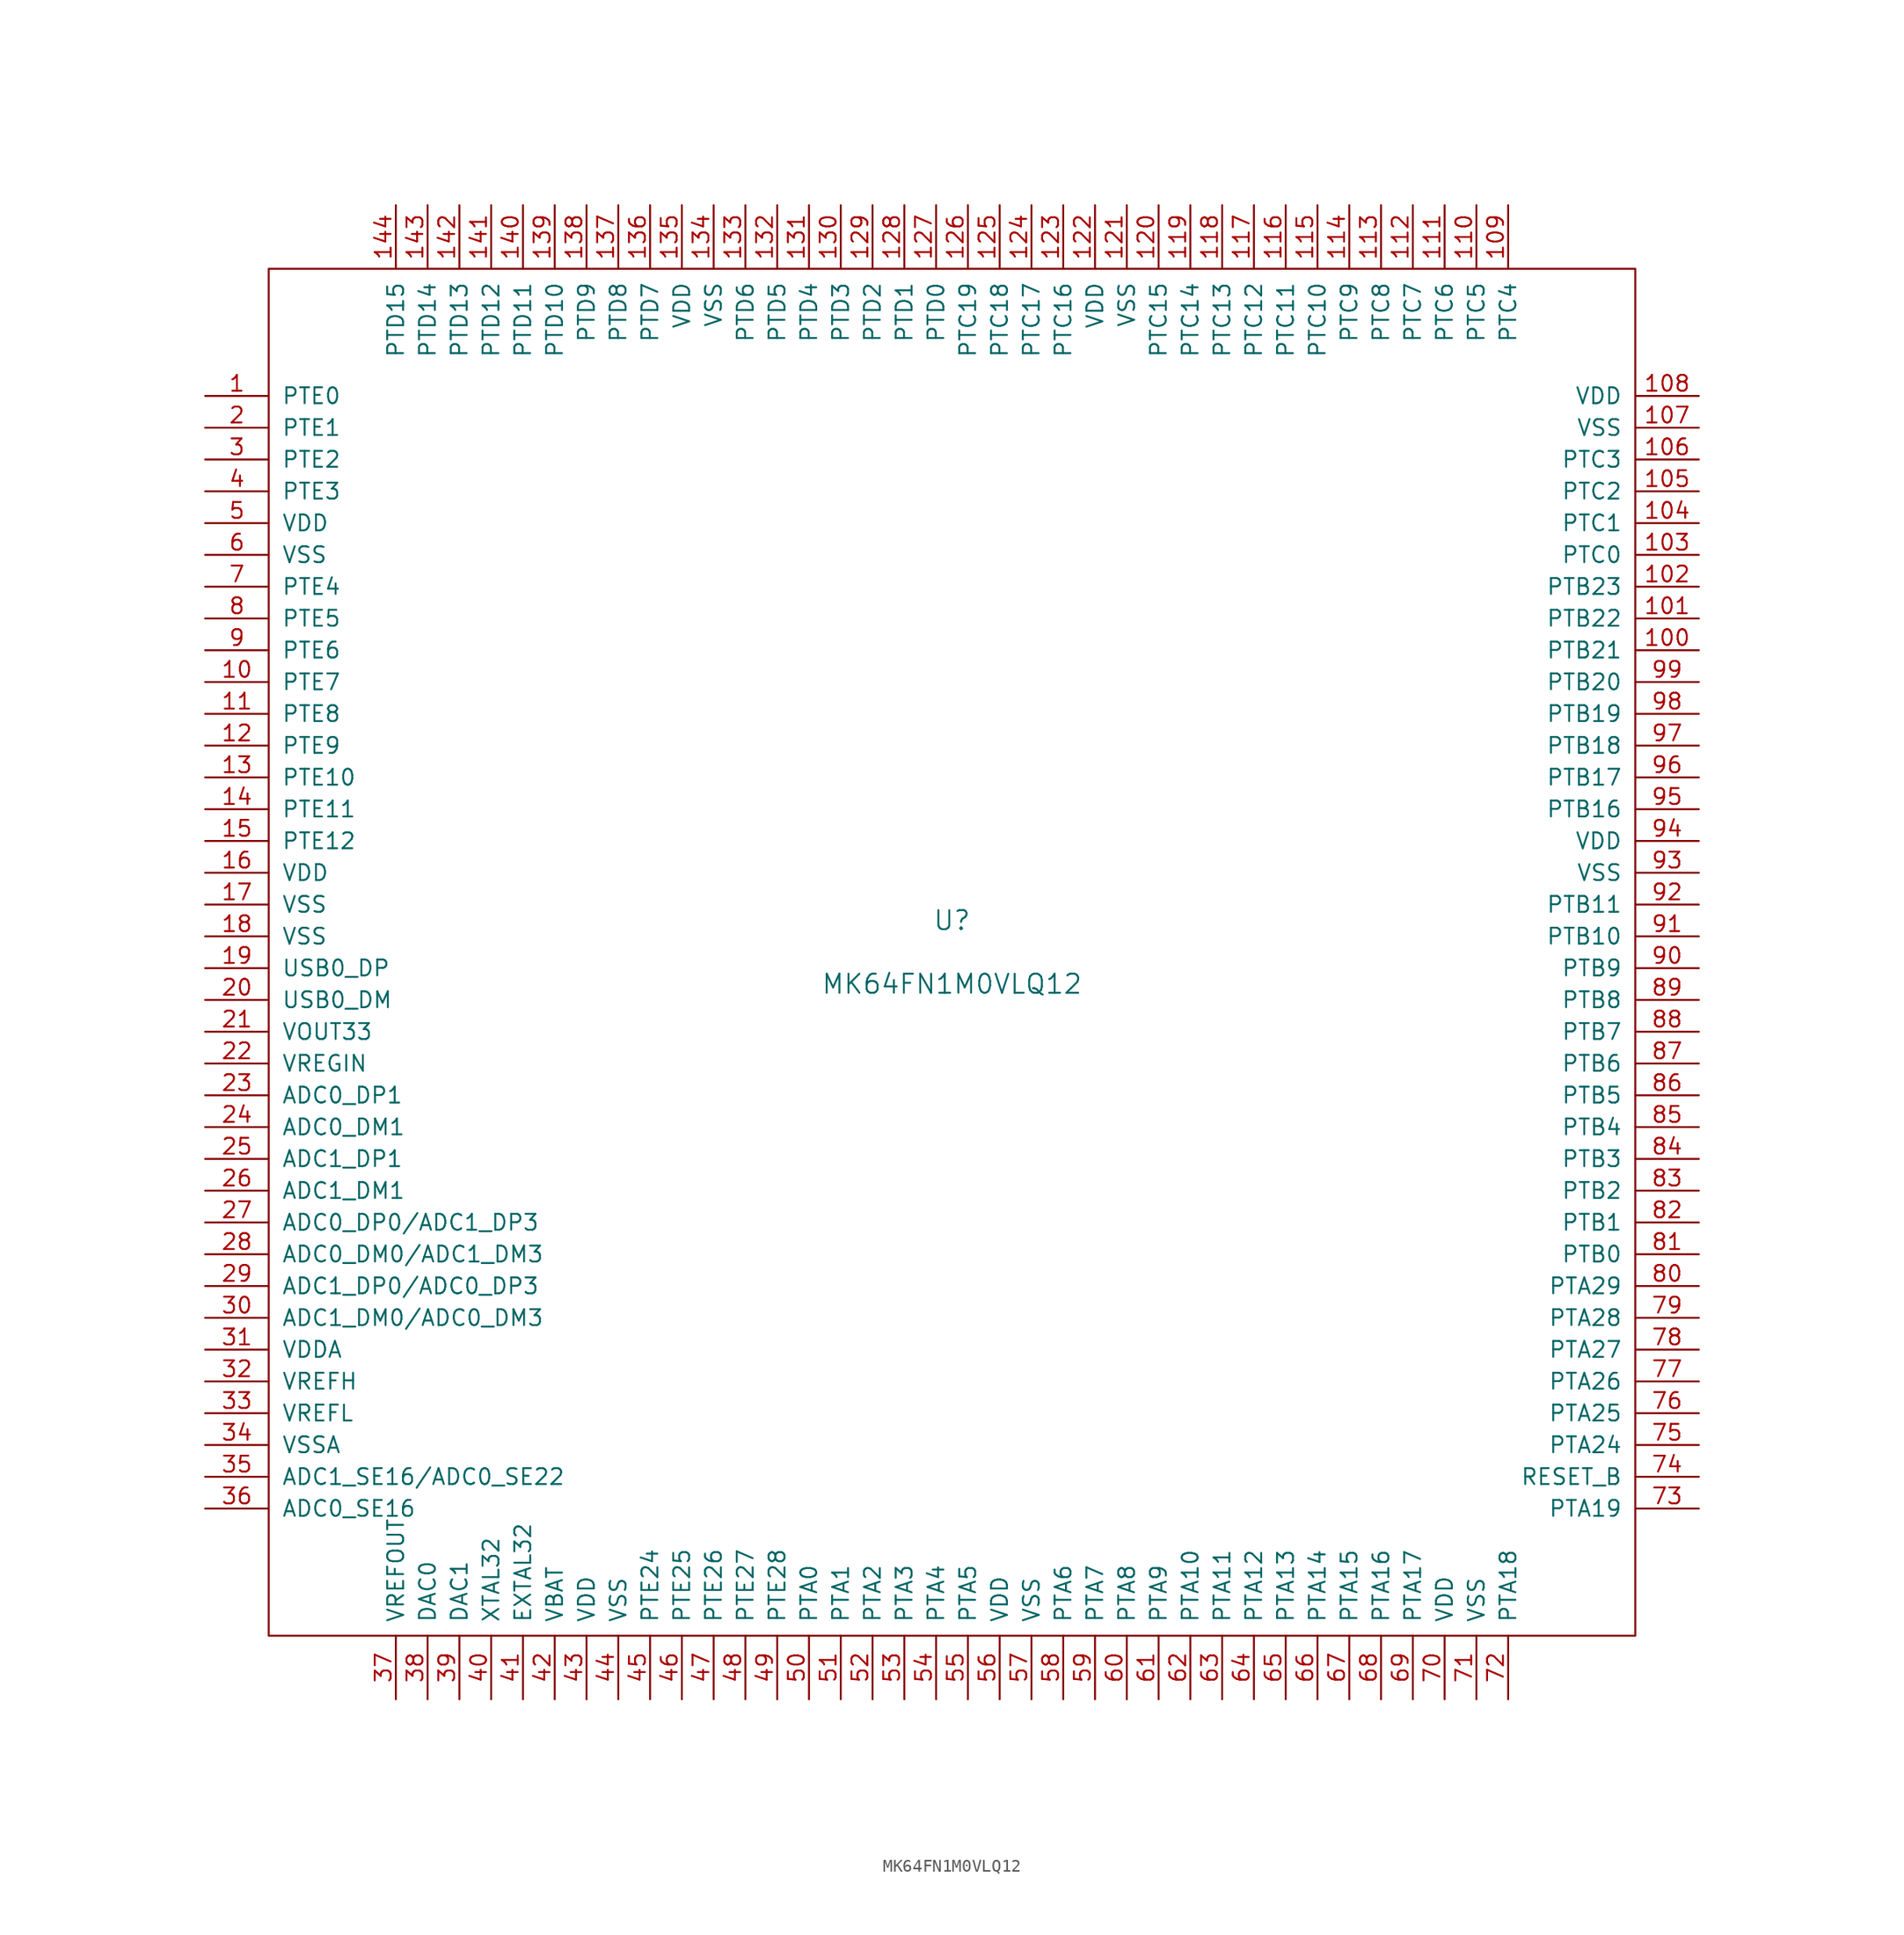
<source format=kicad_sym>
(kicad_symbol_lib
  (version 20201005)
  (generator kicad_symbol_editor)
  (symbol "MK64FN1M0VLQ12"
    (pin_names
      (offset 1.016))
    (property "Reference" "U"
      (at 0 2.54 0)
      (effects (font (size 1.524 1.524))))
    (property "Value" "MK64FN1M0VLQ12"
      (at 0 -2.54 0)
      (effects (font (size 1.524 1.524))))
    (symbol "MK64FN1M0VLQ12_0_0"
      (pin power_in line (at -59.69 34.29 0) (length 5.08) (name "VDD" (effects (font (size 1.27 1.27)))) (number "5" (effects (font (size 1.27 1.27)))))
      (pin power_in line (at -59.69 31.75 0) (length 5.08) (name "VSS" (effects (font (size 1.27 1.27)))) (number "6" (effects (font (size 1.27 1.27))))))
    (symbol "MK64FN1M0VLQ12_0_1"
      (rectangle (start 54.61 54.61) (end -54.61 -54.61) (stroke (width 0)) (fill (type none))))
    (symbol "MK64FN1M0VLQ12_1_1"
      (pin bidirectional line (at -59.69 44.45 0) (length 5.08) (name "PTE0" (effects (font (size 1.27 1.27)))) (number "1" (effects (font (size 1.27 1.27)))))
      (pin bidirectional line (at -59.69 21.59 0) (length 5.08) (name "PTE7" (effects (font (size 1.27 1.27)))) (number "10" (effects (font (size 1.27 1.27)))))
      (pin bidirectional line (at 59.69 24.13 180) (length 5.08) (name "PTB21" (effects (font (size 1.27 1.27)))) (number "100" (effects (font (size 1.27 1.27)))))
      (pin bidirectional line (at 59.69 26.67 180) (length 5.08) (name "PTB22" (effects (font (size 1.27 1.27)))) (number "101" (effects (font (size 1.27 1.27)))))
      (pin bidirectional line (at 59.69 29.21 180) (length 5.08) (name "PTB23" (effects (font (size 1.27 1.27)))) (number "102" (effects (font (size 1.27 1.27)))))
      (pin bidirectional line (at 59.69 31.75 180) (length 5.08) (name "PTC0" (effects (font (size 1.27 1.27)))) (number "103" (effects (font (size 1.27 1.27)))))
      (pin power_in line (at 59.69 34.29 180) (length 5.08) (name "PTC1" (effects (font (size 1.27 1.27)))) (number "104" (effects (font (size 1.27 1.27)))))
      (pin bidirectional line (at 59.69 36.83 180) (length 5.08) (name "PTC2" (effects (font (size 1.27 1.27)))) (number "105" (effects (font (size 1.27 1.27)))))
      (pin bidirectional line (at 59.69 39.37 180) (length 5.08) (name "PTC3" (effects (font (size 1.27 1.27)))) (number "106" (effects (font (size 1.27 1.27)))))
      (pin power_in line (at 59.69 41.91 180) (length 5.08) (name "VSS" (effects (font (size 1.27 1.27)))) (number "107" (effects (font (size 1.27 1.27)))))
      (pin power_in line (at 59.69 44.45 180) (length 5.08) (name "VDD" (effects (font (size 1.27 1.27)))) (number "108" (effects (font (size 1.27 1.27)))))
      (pin bidirectional line (at 44.45 59.69 270) (length 5.08) (name "PTC4" (effects (font (size 1.27 1.27)))) (number "109" (effects (font (size 1.27 1.27)))))
      (pin bidirectional line (at -59.69 19.05 0) (length 5.08) (name "PTE8" (effects (font (size 1.27 1.27)))) (number "11" (effects (font (size 1.27 1.27)))))
      (pin bidirectional line (at 41.91 59.69 270) (length 5.08) (name "PTC5" (effects (font (size 1.27 1.27)))) (number "110" (effects (font (size 1.27 1.27)))))
      (pin bidirectional line (at 39.37 59.69 270) (length 5.08) (name "PTC6" (effects (font (size 1.27 1.27)))) (number "111" (effects (font (size 1.27 1.27)))))
      (pin bidirectional line (at 36.83 59.69 270) (length 5.08) (name "PTC7" (effects (font (size 1.27 1.27)))) (number "112" (effects (font (size 1.27 1.27)))))
      (pin bidirectional line (at 34.29 59.69 270) (length 5.08) (name "PTC8" (effects (font (size 1.27 1.27)))) (number "113" (effects (font (size 1.27 1.27)))))
      (pin power_in line (at 31.75 59.69 270) (length 5.08) (name "PTC9" (effects (font (size 1.27 1.27)))) (number "114" (effects (font (size 1.27 1.27)))))
      (pin bidirectional line (at 29.21 59.69 270) (length 5.08) (name "PTC10" (effects (font (size 1.27 1.27)))) (number "115" (effects (font (size 1.27 1.27)))))
      (pin bidirectional line (at 26.67 59.69 270) (length 5.08) (name "PTC11" (effects (font (size 1.27 1.27)))) (number "116" (effects (font (size 1.27 1.27)))))
      (pin bidirectional line (at 24.13 59.69 270) (length 5.08) (name "PTC12" (effects (font (size 1.27 1.27)))) (number "117" (effects (font (size 1.27 1.27)))))
      (pin bidirectional line (at 21.59 59.69 270) (length 5.08) (name "PTC13" (effects (font (size 1.27 1.27)))) (number "118" (effects (font (size 1.27 1.27)))))
      (pin bidirectional line (at 19.05 59.69 270) (length 5.08) (name "PTC14" (effects (font (size 1.27 1.27)))) (number "119" (effects (font (size 1.27 1.27)))))
      (pin bidirectional line (at -59.69 16.51 0) (length 5.08) (name "PTE9" (effects (font (size 1.27 1.27)))) (number "12" (effects (font (size 1.27 1.27)))))
      (pin bidirectional line (at 16.51 59.69 270) (length 5.08) (name "PTC15" (effects (font (size 1.27 1.27)))) (number "120" (effects (font (size 1.27 1.27)))))
      (pin power_in line (at 13.97 59.69 270) (length 5.08) (name "VSS" (effects (font (size 1.27 1.27)))) (number "121" (effects (font (size 1.27 1.27)))))
      (pin power_in line (at 11.43 59.69 270) (length 5.08) (name "VDD" (effects (font (size 1.27 1.27)))) (number "122" (effects (font (size 1.27 1.27)))))
      (pin bidirectional line (at 8.89 59.69 270) (length 5.08) (name "PTC16" (effects (font (size 1.27 1.27)))) (number "123" (effects (font (size 1.27 1.27)))))
      (pin bidirectional line (at 6.35 59.69 270) (length 5.08) (name "PTC17" (effects (font (size 1.27 1.27)))) (number "124" (effects (font (size 1.27 1.27)))))
      (pin bidirectional line (at 3.81 59.69 270) (length 5.08) (name "PTC18" (effects (font (size 1.27 1.27)))) (number "125" (effects (font (size 1.27 1.27)))))
      (pin bidirectional line (at 1.27 59.69 270) (length 5.08) (name "PTC19" (effects (font (size 1.27 1.27)))) (number "126" (effects (font (size 1.27 1.27)))))
      (pin bidirectional line (at -1.27 59.69 270) (length 5.08) (name "PTD0" (effects (font (size 1.27 1.27)))) (number "127" (effects (font (size 1.27 1.27)))))
      (pin bidirectional line (at -3.81 59.69 270) (length 5.08) (name "PTD1" (effects (font (size 1.27 1.27)))) (number "128" (effects (font (size 1.27 1.27)))))
      (pin bidirectional line (at -6.35 59.69 270) (length 5.08) (name "PTD2" (effects (font (size 1.27 1.27)))) (number "129" (effects (font (size 1.27 1.27)))))
      (pin bidirectional line (at -59.69 13.97 0) (length 5.08) (name "PTE10" (effects (font (size 1.27 1.27)))) (number "13" (effects (font (size 1.27 1.27)))))
      (pin bidirectional line (at -8.89 59.69 270) (length 5.08) (name "PTD3" (effects (font (size 1.27 1.27)))) (number "130" (effects (font (size 1.27 1.27)))))
      (pin bidirectional line (at -11.43 59.69 270) (length 5.08) (name "PTD4" (effects (font (size 1.27 1.27)))) (number "131" (effects (font (size 1.27 1.27)))))
      (pin bidirectional line (at -13.97 59.69 270) (length 5.08) (name "PTD5" (effects (font (size 1.27 1.27)))) (number "132" (effects (font (size 1.27 1.27)))))
      (pin bidirectional line (at -16.51 59.69 270) (length 5.08) (name "PTD6" (effects (font (size 1.27 1.27)))) (number "133" (effects (font (size 1.27 1.27)))))
      (pin power_in line (at -19.05 59.69 270) (length 5.08) (name "VSS" (effects (font (size 1.27 1.27)))) (number "134" (effects (font (size 1.27 1.27)))))
      (pin power_in line (at -21.59 59.69 270) (length 5.08) (name "VDD" (effects (font (size 1.27 1.27)))) (number "135" (effects (font (size 1.27 1.27)))))
      (pin bidirectional line (at -24.13 59.69 270) (length 5.08) (name "PTD7" (effects (font (size 1.27 1.27)))) (number "136" (effects (font (size 1.27 1.27)))))
      (pin bidirectional line (at -26.67 59.69 270) (length 5.08) (name "PTD8" (effects (font (size 1.27 1.27)))) (number "137" (effects (font (size 1.27 1.27)))))
      (pin bidirectional line (at -29.21 59.69 270) (length 5.08) (name "PTD9" (effects (font (size 1.27 1.27)))) (number "138" (effects (font (size 1.27 1.27)))))
      (pin bidirectional line (at -31.75 59.69 270) (length 5.08) (name "PTD10" (effects (font (size 1.27 1.27)))) (number "139" (effects (font (size 1.27 1.27)))))
      (pin bidirectional line (at -59.69 11.43 0) (length 5.08) (name "PTE11" (effects (font (size 1.27 1.27)))) (number "14" (effects (font (size 1.27 1.27)))))
      (pin bidirectional line (at -34.29 59.69 270) (length 5.08) (name "PTD11" (effects (font (size 1.27 1.27)))) (number "140" (effects (font (size 1.27 1.27)))))
      (pin bidirectional line (at -36.83 59.69 270) (length 5.08) (name "PTD12" (effects (font (size 1.27 1.27)))) (number "141" (effects (font (size 1.27 1.27)))))
      (pin bidirectional line (at -39.37 59.69 270) (length 5.08) (name "PTD13" (effects (font (size 1.27 1.27)))) (number "142" (effects (font (size 1.27 1.27)))))
      (pin bidirectional line (at -41.91 59.69 270) (length 5.08) (name "PTD14" (effects (font (size 1.27 1.27)))) (number "143" (effects (font (size 1.27 1.27)))))
      (pin bidirectional line (at -44.45 59.69 270) (length 5.08) (name "PTD15" (effects (font (size 1.27 1.27)))) (number "144" (effects (font (size 1.27 1.27)))))
      (pin bidirectional line (at -59.69 8.89 0) (length 5.08) (name "PTE12" (effects (font (size 1.27 1.27)))) (number "15" (effects (font (size 1.27 1.27)))))
      (pin power_in line (at -59.69 6.35 0) (length 5.08) (name "VDD" (effects (font (size 1.27 1.27)))) (number "16" (effects (font (size 1.27 1.27)))))
      (pin power_in line (at -59.69 3.81 0) (length 5.08) (name "VSS" (effects (font (size 1.27 1.27)))) (number "17" (effects (font (size 1.27 1.27)))))
      (pin power_in line (at -59.69 1.27 0) (length 5.08) (name "VSS" (effects (font (size 1.27 1.27)))) (number "18" (effects (font (size 1.27 1.27)))))
      (pin bidirectional line (at -59.69 -1.27 0) (length 5.08) (name "USB0_DP" (effects (font (size 1.27 1.27)))) (number "19" (effects (font (size 1.27 1.27)))))
      (pin bidirectional line (at -59.69 41.91 0) (length 5.08) (name "PTE1" (effects (font (size 1.27 1.27)))) (number "2" (effects (font (size 1.27 1.27)))))
      (pin bidirectional line (at -59.69 -3.81 0) (length 5.08) (name "USB0_DM" (effects (font (size 1.27 1.27)))) (number "20" (effects (font (size 1.27 1.27)))))
      (pin power_out line (at -59.69 -6.35 0) (length 5.08) (name "VOUT33" (effects (font (size 1.27 1.27)))) (number "21" (effects (font (size 1.27 1.27)))))
      (pin power_in line (at -59.69 -8.89 0) (length 5.08) (name "VREGIN" (effects (font (size 1.27 1.27)))) (number "22" (effects (font (size 1.27 1.27)))))
      (pin input line (at -59.69 -11.43 0) (length 5.08) (name "ADC0_DP1" (effects (font (size 1.27 1.27)))) (number "23" (effects (font (size 1.27 1.27)))))
      (pin input line (at -59.69 -13.97 0) (length 5.08) (name "ADC0_DM1" (effects (font (size 1.27 1.27)))) (number "24" (effects (font (size 1.27 1.27)))))
      (pin input line (at -59.69 -16.51 0) (length 5.08) (name "ADC1_DP1" (effects (font (size 1.27 1.27)))) (number "25" (effects (font (size 1.27 1.27)))))
      (pin input line (at -59.69 -19.05 0) (length 5.08) (name "ADC1_DM1" (effects (font (size 1.27 1.27)))) (number "26" (effects (font (size 1.27 1.27)))))
      (pin input line (at -59.69 -21.59 0) (length 5.08) (name "ADC0_DP0/ADC1_DP3" (effects (font (size 1.27 1.27)))) (number "27" (effects (font (size 1.27 1.27)))))
      (pin input line (at -59.69 -24.13 0) (length 5.08) (name "ADC0_DM0/ADC1_DM3" (effects (font (size 1.27 1.27)))) (number "28" (effects (font (size 1.27 1.27)))))
      (pin input line (at -59.69 -26.67 0) (length 5.08) (name "ADC1_DP0/ADC0_DP3" (effects (font (size 1.27 1.27)))) (number "29" (effects (font (size 1.27 1.27)))))
      (pin bidirectional line (at -59.69 39.37 0) (length 5.08) (name "PTE2" (effects (font (size 1.27 1.27)))) (number "3" (effects (font (size 1.27 1.27)))))
      (pin input line (at -59.69 -29.21 0) (length 5.08) (name "ADC1_DM0/ADC0_DM3" (effects (font (size 1.27 1.27)))) (number "30" (effects (font (size 1.27 1.27)))))
      (pin power_in line (at -59.69 -31.75 0) (length 5.08) (name "VDDA" (effects (font (size 1.27 1.27)))) (number "31" (effects (font (size 1.27 1.27)))))
      (pin power_in line (at -59.69 -34.29 0) (length 5.08) (name "VREFH" (effects (font (size 1.27 1.27)))) (number "32" (effects (font (size 1.27 1.27)))))
      (pin power_in line (at -59.69 -36.83 0) (length 5.08) (name "VREFL" (effects (font (size 1.27 1.27)))) (number "33" (effects (font (size 1.27 1.27)))))
      (pin power_in line (at -59.69 -39.37 0) (length 5.08) (name "VSSA" (effects (font (size 1.27 1.27)))) (number "34" (effects (font (size 1.27 1.27)))))
      (pin input line (at -59.69 -41.91 0) (length 5.08) (name "ADC1_SE16/ADC0_SE22" (effects (font (size 1.27 1.27)))) (number "35" (effects (font (size 1.27 1.27)))))
      (pin input line (at -59.69 -44.45 0) (length 5.08) (name "ADC0_SE16" (effects (font (size 1.27 1.27)))) (number "36" (effects (font (size 1.27 1.27)))))
      (pin output line (at -44.45 -59.69 90) (length 5.08) (name "VREFOUT" (effects (font (size 1.27 1.27)))) (number "37" (effects (font (size 1.27 1.27)))))
      (pin output line (at -41.91 -59.69 90) (length 5.08) (name "DAC0" (effects (font (size 1.27 1.27)))) (number "38" (effects (font (size 1.27 1.27)))))
      (pin output line (at -39.37 -59.69 90) (length 5.08) (name "DAC1" (effects (font (size 1.27 1.27)))) (number "39" (effects (font (size 1.27 1.27)))))
      (pin bidirectional line (at -59.69 36.83 0) (length 5.08) (name "PTE3" (effects (font (size 1.27 1.27)))) (number "4" (effects (font (size 1.27 1.27)))))
      (pin input line (at -36.83 -59.69 90) (length 5.08) (name "XTAL32" (effects (font (size 1.27 1.27)))) (number "40" (effects (font (size 1.27 1.27)))))
      (pin input line (at -34.29 -59.69 90) (length 5.08) (name "EXTAL32" (effects (font (size 1.27 1.27)))) (number "41" (effects (font (size 1.27 1.27)))))
      (pin power_in line (at -31.75 -59.69 90) (length 5.08) (name "VBAT" (effects (font (size 1.27 1.27)))) (number "42" (effects (font (size 1.27 1.27)))))
      (pin power_in line (at -29.21 -59.69 90) (length 5.08) (name "VDD" (effects (font (size 1.27 1.27)))) (number "43" (effects (font (size 1.27 1.27)))))
      (pin power_in line (at -26.67 -59.69 90) (length 5.08) (name "VSS" (effects (font (size 1.27 1.27)))) (number "44" (effects (font (size 1.27 1.27)))))
      (pin bidirectional line (at -24.13 -59.69 90) (length 5.08) (name "PTE24" (effects (font (size 1.27 1.27)))) (number "45" (effects (font (size 1.27 1.27)))))
      (pin bidirectional line (at -21.59 -59.69 90) (length 5.08) (name "PTE25" (effects (font (size 1.27 1.27)))) (number "46" (effects (font (size 1.27 1.27)))))
      (pin bidirectional line (at -19.05 -59.69 90) (length 5.08) (name "PTE26" (effects (font (size 1.27 1.27)))) (number "47" (effects (font (size 1.27 1.27)))))
      (pin bidirectional line (at -16.51 -59.69 90) (length 5.08) (name "PTE27" (effects (font (size 1.27 1.27)))) (number "48" (effects (font (size 1.27 1.27)))))
      (pin bidirectional line (at -13.97 -59.69 90) (length 5.08) (name "PTE28" (effects (font (size 1.27 1.27)))) (number "49" (effects (font (size 1.27 1.27)))))
      (pin bidirectional line (at -11.43 -59.69 90) (length 5.08) (name "PTA0" (effects (font (size 1.27 1.27)))) (number "50" (effects (font (size 1.27 1.27)))))
      (pin bidirectional line (at -8.89 -59.69 90) (length 5.08) (name "PTA1" (effects (font (size 1.27 1.27)))) (number "51" (effects (font (size 1.27 1.27)))))
      (pin bidirectional line (at -6.35 -59.69 90) (length 5.08) (name "PTA2" (effects (font (size 1.27 1.27)))) (number "52" (effects (font (size 1.27 1.27)))))
      (pin bidirectional line (at -3.81 -59.69 90) (length 5.08) (name "PTA3" (effects (font (size 1.27 1.27)))) (number "53" (effects (font (size 1.27 1.27)))))
      (pin bidirectional line (at -1.27 -59.69 90) (length 5.08) (name "PTA4" (effects (font (size 1.27 1.27)))) (number "54" (effects (font (size 1.27 1.27)))))
      (pin bidirectional line (at 1.27 -59.69 90) (length 5.08) (name "PTA5" (effects (font (size 1.27 1.27)))) (number "55" (effects (font (size 1.27 1.27)))))
      (pin power_in line (at 3.81 -59.69 90) (length 5.08) (name "VDD" (effects (font (size 1.27 1.27)))) (number "56" (effects (font (size 1.27 1.27)))))
      (pin power_in line (at 6.35 -59.69 90) (length 5.08) (name "VSS" (effects (font (size 1.27 1.27)))) (number "57" (effects (font (size 1.27 1.27)))))
      (pin bidirectional line (at 8.89 -59.69 90) (length 5.08) (name "PTA6" (effects (font (size 1.27 1.27)))) (number "58" (effects (font (size 1.27 1.27)))))
      (pin bidirectional line (at 11.43 -59.69 90) (length 5.08) (name "PTA7" (effects (font (size 1.27 1.27)))) (number "59" (effects (font (size 1.27 1.27)))))
      (pin bidirectional line (at 13.97 -59.69 90) (length 5.08) (name "PTA8" (effects (font (size 1.27 1.27)))) (number "60" (effects (font (size 1.27 1.27)))))
      (pin bidirectional line (at 16.51 -59.69 90) (length 5.08) (name "PTA9" (effects (font (size 1.27 1.27)))) (number "61" (effects (font (size 1.27 1.27)))))
      (pin bidirectional line (at 19.05 -59.69 90) (length 5.08) (name "PTA10" (effects (font (size 1.27 1.27)))) (number "62" (effects (font (size 1.27 1.27)))))
      (pin bidirectional line (at 21.59 -59.69 90) (length 5.08) (name "PTA11" (effects (font (size 1.27 1.27)))) (number "63" (effects (font (size 1.27 1.27)))))
      (pin bidirectional line (at 24.13 -59.69 90) (length 5.08) (name "PTA12" (effects (font (size 1.27 1.27)))) (number "64" (effects (font (size 1.27 1.27)))))
      (pin bidirectional line (at 26.67 -59.69 90) (length 5.08) (name "PTA13" (effects (font (size 1.27 1.27)))) (number "65" (effects (font (size 1.27 1.27)))))
      (pin bidirectional line (at 29.21 -59.69 90) (length 5.08) (name "PTA14" (effects (font (size 1.27 1.27)))) (number "66" (effects (font (size 1.27 1.27)))))
      (pin bidirectional line (at 31.75 -59.69 90) (length 5.08) (name "PTA15" (effects (font (size 1.27 1.27)))) (number "67" (effects (font (size 1.27 1.27)))))
      (pin bidirectional line (at 34.29 -59.69 90) (length 5.08) (name "PTA16" (effects (font (size 1.27 1.27)))) (number "68" (effects (font (size 1.27 1.27)))))
      (pin bidirectional line (at 36.83 -59.69 90) (length 5.08) (name "PTA17" (effects (font (size 1.27 1.27)))) (number "69" (effects (font (size 1.27 1.27)))))
      (pin bidirectional line (at -59.69 29.21 0) (length 5.08) (name "PTE4" (effects (font (size 1.27 1.27)))) (number "7" (effects (font (size 1.27 1.27)))))
      (pin power_in line (at 39.37 -59.69 90) (length 5.08) (name "VDD" (effects (font (size 1.27 1.27)))) (number "70" (effects (font (size 1.27 1.27)))))
      (pin power_in line (at 41.91 -59.69 90) (length 5.08) (name "VSS" (effects (font (size 1.27 1.27)))) (number "71" (effects (font (size 1.27 1.27)))))
      (pin bidirectional line (at 44.45 -59.69 90) (length 5.08) (name "PTA18" (effects (font (size 1.27 1.27)))) (number "72" (effects (font (size 1.27 1.27)))))
      (pin bidirectional line (at 59.69 -44.45 180) (length 5.08) (name "PTA19" (effects (font (size 1.27 1.27)))) (number "73" (effects (font (size 1.27 1.27)))))
      (pin bidirectional line (at 59.69 -41.91 180) (length 5.08) (name "RESET_B" (effects (font (size 1.27 1.27)))) (number "74" (effects (font (size 1.27 1.27)))))
      (pin input line (at 59.69 -39.37 180) (length 5.08) (name "PTA24" (effects (font (size 1.27 1.27)))) (number "75" (effects (font (size 1.27 1.27)))))
      (pin bidirectional line (at 59.69 -36.83 180) (length 5.08) (name "PTA25" (effects (font (size 1.27 1.27)))) (number "76" (effects (font (size 1.27 1.27)))))
      (pin bidirectional line (at 59.69 -34.29 180) (length 5.08) (name "PTA26" (effects (font (size 1.27 1.27)))) (number "77" (effects (font (size 1.27 1.27)))))
      (pin bidirectional line (at 59.69 -31.75 180) (length 5.08) (name "PTA27" (effects (font (size 1.27 1.27)))) (number "78" (effects (font (size 1.27 1.27)))))
      (pin bidirectional line (at 59.69 -29.21 180) (length 5.08) (name "PTA28" (effects (font (size 1.27 1.27)))) (number "79" (effects (font (size 1.27 1.27)))))
      (pin bidirectional line (at -59.69 26.67 0) (length 5.08) (name "PTE5" (effects (font (size 1.27 1.27)))) (number "8" (effects (font (size 1.27 1.27)))))
      (pin bidirectional line (at 59.69 -26.67 180) (length 5.08) (name "PTA29" (effects (font (size 1.27 1.27)))) (number "80" (effects (font (size 1.27 1.27)))))
      (pin input line (at 59.69 -24.13 180) (length 5.08) (name "PTB0" (effects (font (size 1.27 1.27)))) (number "81" (effects (font (size 1.27 1.27)))))
      (pin input line (at 59.69 -21.59 180) (length 5.08) (name "PTB1" (effects (font (size 1.27 1.27)))) (number "82" (effects (font (size 1.27 1.27)))))
      (pin bidirectional line (at 59.69 -19.05 180) (length 5.08) (name "PTB2" (effects (font (size 1.27 1.27)))) (number "83" (effects (font (size 1.27 1.27)))))
      (pin bidirectional line (at 59.69 -16.51 180) (length 5.08) (name "PTB3" (effects (font (size 1.27 1.27)))) (number "84" (effects (font (size 1.27 1.27)))))
      (pin input line (at 59.69 -13.97 180) (length 5.08) (name "PTB4" (effects (font (size 1.27 1.27)))) (number "85" (effects (font (size 1.27 1.27)))))
      (pin input line (at 59.69 -11.43 180) (length 5.08) (name "PTB5" (effects (font (size 1.27 1.27)))) (number "86" (effects (font (size 1.27 1.27)))))
      (pin bidirectional line (at 59.69 -8.89 180) (length 5.08) (name "PTB6" (effects (font (size 1.27 1.27)))) (number "87" (effects (font (size 1.27 1.27)))))
      (pin bidirectional line (at 59.69 -6.35 180) (length 5.08) (name "PTB7" (effects (font (size 1.27 1.27)))) (number "88" (effects (font (size 1.27 1.27)))))
      (pin bidirectional line (at 59.69 -3.81 180) (length 5.08) (name "PTB8" (effects (font (size 1.27 1.27)))) (number "89" (effects (font (size 1.27 1.27)))))
      (pin bidirectional line (at -59.69 24.13 0) (length 5.08) (name "PTE6" (effects (font (size 1.27 1.27)))) (number "9" (effects (font (size 1.27 1.27)))))
      (pin bidirectional line (at 59.69 -1.27 180) (length 5.08) (name "PTB9" (effects (font (size 1.27 1.27)))) (number "90" (effects (font (size 1.27 1.27)))))
      (pin bidirectional line (at 59.69 1.27 180) (length 5.08) (name "PTB10" (effects (font (size 1.27 1.27)))) (number "91" (effects (font (size 1.27 1.27)))))
      (pin bidirectional line (at 59.69 3.81 180) (length 5.08) (name "PTB11" (effects (font (size 1.27 1.27)))) (number "92" (effects (font (size 1.27 1.27)))))
      (pin power_in line (at 59.69 6.35 180) (length 5.08) (name "VSS" (effects (font (size 1.27 1.27)))) (number "93" (effects (font (size 1.27 1.27)))))
      (pin power_in line (at 59.69 8.89 180) (length 5.08) (name "VDD" (effects (font (size 1.27 1.27)))) (number "94" (effects (font (size 1.27 1.27)))))
      (pin bidirectional line (at 59.69 11.43 180) (length 5.08) (name "PTB16" (effects (font (size 1.27 1.27)))) (number "95" (effects (font (size 1.27 1.27)))))
      (pin bidirectional line (at 59.69 13.97 180) (length 5.08) (name "PTB17" (effects (font (size 1.27 1.27)))) (number "96" (effects (font (size 1.27 1.27)))))
      (pin bidirectional line (at 59.69 16.51 180) (length 5.08) (name "PTB18" (effects (font (size 1.27 1.27)))) (number "97" (effects (font (size 1.27 1.27)))))
      (pin bidirectional line (at 59.69 19.05 180) (length 5.08) (name "PTB19" (effects (font (size 1.27 1.27)))) (number "98" (effects (font (size 1.27 1.27)))))
      (pin bidirectional line (at 59.69 21.59 180) (length 5.08) (name "PTB20" (effects (font (size 1.27 1.27)))) (number "99" (effects (font (size 1.27 1.27))))))))
</source>
